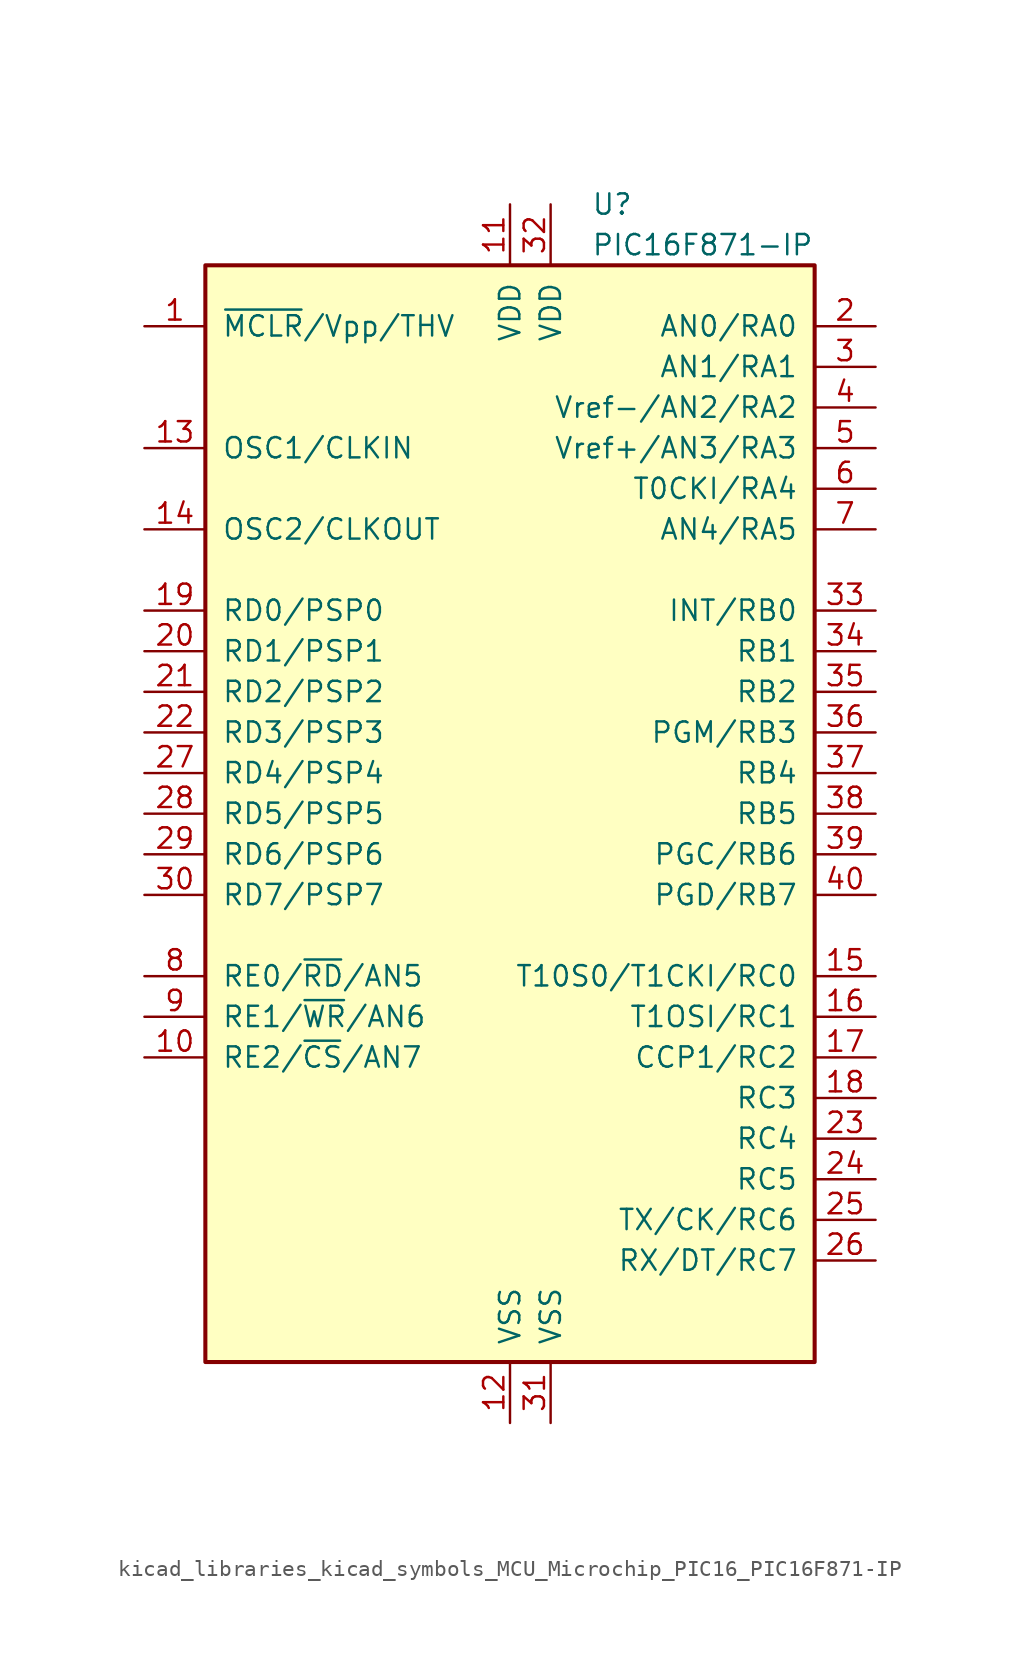
<source format=kicad_sym>
(kicad_symbol_lib
  (version 20220914)
  (generator kicad_symbol_editor)
  (symbol "kicad_libraries_kicad_symbols_MCU_Microchip_PIC16_PIC16F871-IP"
    (pin_names
      (offset 1.016))
    (property "Reference" "U"
      (at 5.08 38.1 0)
      (effects (font (size 1.27 1.27)) (justify left)))
    (property "Value" "PIC16F871-IP"
      (at 5.08 35.56 0)
      (effects (font (size 1.27 1.27)) (justify left)))
    (symbol "kicad_libraries_kicad_symbols_MCU_Microchip_PIC16_PIC16F871-IP_0_1"
      (rectangle (start -19.05 -34.29) (end 19.05 34.29) (stroke (width 0.254) (type default)) (fill (type background))))
    (symbol "kicad_libraries_kicad_symbols_MCU_Microchip_PIC16_PIC16F871-IP_1_1"
      (pin input line (at -22.86 30.48 0) (length 3.81) (name "~{MCLR}/Vpp/THV" (effects (font (size 1.27 1.27)))) (number "1" (effects (font (size 1.27 1.27)))))
      (pin bidirectional line (at -22.86 -15.24 0) (length 3.81) (name "RE2/~{CS}/AN7" (effects (font (size 1.27 1.27)))) (number "10" (effects (font (size 1.27 1.27)))))
      (pin power_in line (at 0 38.1 270) (length 3.81) (name "VDD" (effects (font (size 1.27 1.27)))) (number "11" (effects (font (size 1.27 1.27)))))
      (pin power_in line (at 0 -38.1 90) (length 3.81) (name "VSS" (effects (font (size 1.27 1.27)))) (number "12" (effects (font (size 1.27 1.27)))))
      (pin input line (at -22.86 22.86 0) (length 3.81) (name "OSC1/CLKIN" (effects (font (size 1.27 1.27)))) (number "13" (effects (font (size 1.27 1.27)))))
      (pin output line (at -22.86 17.78 0) (length 3.81) (name "OSC2/CLKOUT" (effects (font (size 1.27 1.27)))) (number "14" (effects (font (size 1.27 1.27)))))
      (pin bidirectional line (at 22.86 -10.16 180) (length 3.81) (name "T10S0/T1CKI/RC0" (effects (font (size 1.27 1.27)))) (number "15" (effects (font (size 1.27 1.27)))))
      (pin bidirectional line (at 22.86 -12.7 180) (length 3.81) (name "T1OSI/RC1" (effects (font (size 1.27 1.27)))) (number "16" (effects (font (size 1.27 1.27)))))
      (pin bidirectional line (at 22.86 -15.24 180) (length 3.81) (name "CCP1/RC2" (effects (font (size 1.27 1.27)))) (number "17" (effects (font (size 1.27 1.27)))))
      (pin bidirectional line (at 22.86 -17.78 180) (length 3.81) (name "RC3" (effects (font (size 1.27 1.27)))) (number "18" (effects (font (size 1.27 1.27)))))
      (pin bidirectional line (at -22.86 12.7 0) (length 3.81) (name "RD0/PSP0" (effects (font (size 1.27 1.27)))) (number "19" (effects (font (size 1.27 1.27)))))
      (pin bidirectional line (at 22.86 30.48 180) (length 3.81) (name "AN0/RA0" (effects (font (size 1.27 1.27)))) (number "2" (effects (font (size 1.27 1.27)))))
      (pin bidirectional line (at -22.86 10.16 0) (length 3.81) (name "RD1/PSP1" (effects (font (size 1.27 1.27)))) (number "20" (effects (font (size 1.27 1.27)))))
      (pin bidirectional line (at -22.86 7.62 0) (length 3.81) (name "RD2/PSP2" (effects (font (size 1.27 1.27)))) (number "21" (effects (font (size 1.27 1.27)))))
      (pin bidirectional line (at -22.86 5.08 0) (length 3.81) (name "RD3/PSP3" (effects (font (size 1.27 1.27)))) (number "22" (effects (font (size 1.27 1.27)))))
      (pin bidirectional line (at 22.86 -20.32 180) (length 3.81) (name "RC4" (effects (font (size 1.27 1.27)))) (number "23" (effects (font (size 1.27 1.27)))))
      (pin bidirectional line (at 22.86 -22.86 180) (length 3.81) (name "RC5" (effects (font (size 1.27 1.27)))) (number "24" (effects (font (size 1.27 1.27)))))
      (pin bidirectional line (at 22.86 -25.4 180) (length 3.81) (name "TX/CK/RC6" (effects (font (size 1.27 1.27)))) (number "25" (effects (font (size 1.27 1.27)))))
      (pin bidirectional line (at 22.86 -27.94 180) (length 3.81) (name "RX/DT/RC7" (effects (font (size 1.27 1.27)))) (number "26" (effects (font (size 1.27 1.27)))))
      (pin bidirectional line (at -22.86 2.54 0) (length 3.81) (name "RD4/PSP4" (effects (font (size 1.27 1.27)))) (number "27" (effects (font (size 1.27 1.27)))))
      (pin bidirectional line (at -22.86 0 0) (length 3.81) (name "RD5/PSP5" (effects (font (size 1.27 1.27)))) (number "28" (effects (font (size 1.27 1.27)))))
      (pin bidirectional line (at -22.86 -2.54 0) (length 3.81) (name "RD6/PSP6" (effects (font (size 1.27 1.27)))) (number "29" (effects (font (size 1.27 1.27)))))
      (pin bidirectional line (at 22.86 27.94 180) (length 3.81) (name "AN1/RA1" (effects (font (size 1.27 1.27)))) (number "3" (effects (font (size 1.27 1.27)))))
      (pin bidirectional line (at -22.86 -5.08 0) (length 3.81) (name "RD7/PSP7" (effects (font (size 1.27 1.27)))) (number "30" (effects (font (size 1.27 1.27)))))
      (pin power_in line (at 2.54 -38.1 90) (length 3.81) (name "VSS" (effects (font (size 1.27 1.27)))) (number "31" (effects (font (size 1.27 1.27)))))
      (pin power_in line (at 2.54 38.1 270) (length 3.81) (name "VDD" (effects (font (size 1.27 1.27)))) (number "32" (effects (font (size 1.27 1.27)))))
      (pin bidirectional line (at 22.86 12.7 180) (length 3.81) (name "INT/RB0" (effects (font (size 1.27 1.27)))) (number "33" (effects (font (size 1.27 1.27)))))
      (pin bidirectional line (at 22.86 10.16 180) (length 3.81) (name "RB1" (effects (font (size 1.27 1.27)))) (number "34" (effects (font (size 1.27 1.27)))))
      (pin bidirectional line (at 22.86 7.62 180) (length 3.81) (name "RB2" (effects (font (size 1.27 1.27)))) (number "35" (effects (font (size 1.27 1.27)))))
      (pin bidirectional line (at 22.86 5.08 180) (length 3.81) (name "PGM/RB3" (effects (font (size 1.27 1.27)))) (number "36" (effects (font (size 1.27 1.27)))))
      (pin bidirectional line (at 22.86 2.54 180) (length 3.81) (name "RB4" (effects (font (size 1.27 1.27)))) (number "37" (effects (font (size 1.27 1.27)))))
      (pin bidirectional line (at 22.86 0 180) (length 3.81) (name "RB5" (effects (font (size 1.27 1.27)))) (number "38" (effects (font (size 1.27 1.27)))))
      (pin bidirectional line (at 22.86 -2.54 180) (length 3.81) (name "PGC/RB6" (effects (font (size 1.27 1.27)))) (number "39" (effects (font (size 1.27 1.27)))))
      (pin bidirectional line (at 22.86 25.4 180) (length 3.81) (name "Vref-/AN2/RA2" (effects (font (size 1.27 1.27)))) (number "4" (effects (font (size 1.27 1.27)))))
      (pin bidirectional line (at 22.86 -5.08 180) (length 3.81) (name "PGD/RB7" (effects (font (size 1.27 1.27)))) (number "40" (effects (font (size 1.27 1.27)))))
      (pin bidirectional line (at 22.86 22.86 180) (length 3.81) (name "Vref+/AN3/RA3" (effects (font (size 1.27 1.27)))) (number "5" (effects (font (size 1.27 1.27)))))
      (pin bidirectional line (at 22.86 20.32 180) (length 3.81) (name "T0CKI/RA4" (effects (font (size 1.27 1.27)))) (number "6" (effects (font (size 1.27 1.27)))))
      (pin bidirectional line (at 22.86 17.78 180) (length 3.81) (name "AN4/RA5" (effects (font (size 1.27 1.27)))) (number "7" (effects (font (size 1.27 1.27)))))
      (pin bidirectional line (at -22.86 -10.16 0) (length 3.81) (name "RE0/~{RD}/AN5" (effects (font (size 1.27 1.27)))) (number "8" (effects (font (size 1.27 1.27)))))
      (pin bidirectional line (at -22.86 -12.7 0) (length 3.81) (name "RE1/~{WR}/AN6" (effects (font (size 1.27 1.27)))) (number "9" (effects (font (size 1.27 1.27))))))))
</source>
